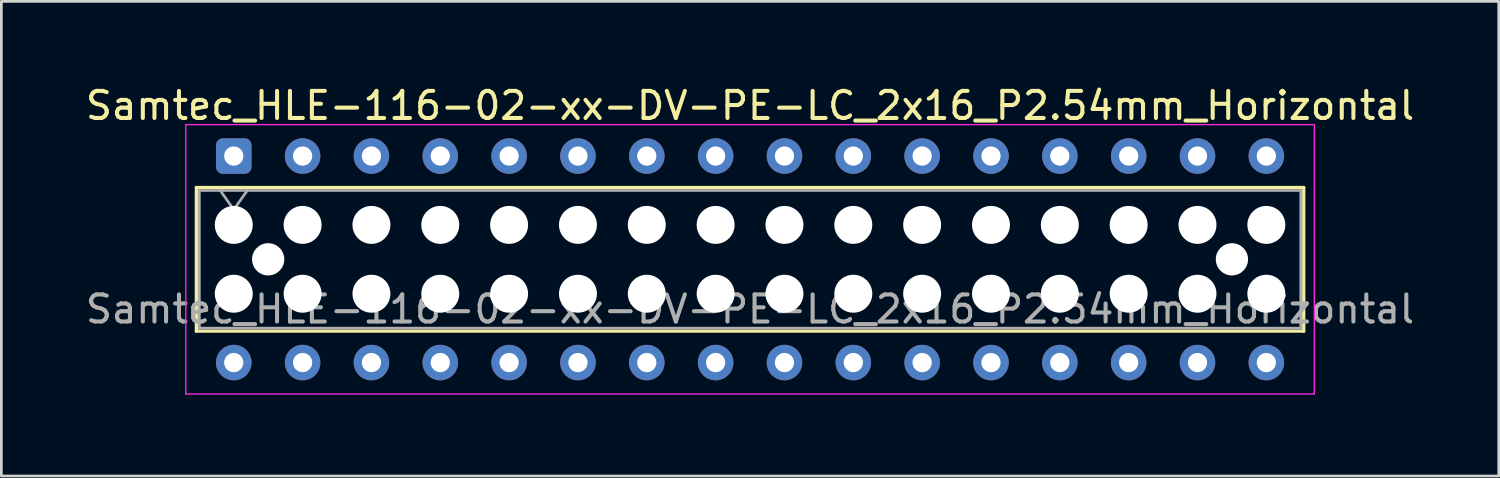
<source format=kicad_pcb>
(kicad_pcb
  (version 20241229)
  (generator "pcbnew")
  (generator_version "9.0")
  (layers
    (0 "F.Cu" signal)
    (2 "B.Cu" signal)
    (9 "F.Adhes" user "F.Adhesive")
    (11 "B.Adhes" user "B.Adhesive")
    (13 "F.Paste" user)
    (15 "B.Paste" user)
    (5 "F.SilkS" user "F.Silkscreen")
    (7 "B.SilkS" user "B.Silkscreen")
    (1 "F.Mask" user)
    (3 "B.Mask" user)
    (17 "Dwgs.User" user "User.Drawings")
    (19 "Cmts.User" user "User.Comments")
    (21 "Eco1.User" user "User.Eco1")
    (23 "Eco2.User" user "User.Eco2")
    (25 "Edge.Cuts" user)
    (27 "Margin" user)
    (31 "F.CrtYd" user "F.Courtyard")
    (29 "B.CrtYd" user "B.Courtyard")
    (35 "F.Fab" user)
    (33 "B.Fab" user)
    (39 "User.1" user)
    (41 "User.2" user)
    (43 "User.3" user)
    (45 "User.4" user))
  (footprint "Samtec_HLE-116-02-xx-DV-PE-LC_2x16_P2.54mm_Horizontal"
    (layer "F.Cu")
    (at 5.575 2.708)
    (property "Reference" "Samtec_HLE-116-02-xx-DV-PE-LC_2x16_P2.54mm_Horizontal" (at 19.05 -1.86 0) (layer "F.SilkS") (effects (font (size 1 1) (thickness 0.15))))
    (attr through_hole)
    (fp_line (start -1.38 1.16) (end 39.48 1.16) (stroke (width 0.12) (type solid)) (layer "F.SilkS"))
    (fp_line (start -1.38 6.46) (end -1.38 1.16) (stroke (width 0.12) (type solid)) (layer "F.SilkS"))
    (fp_line (start 39.48 1.16) (end 39.48 6.46) (stroke (width 0.12) (type solid)) (layer "F.SilkS"))
    (fp_line (start 39.48 6.46) (end -1.38 6.46) (stroke (width 0.12) (type solid)) (layer "F.SilkS"))
    (fp_line (start -1.77 -1.16) (end 39.87 -1.16) (stroke (width 0.05) (type solid)) (layer "F.CrtYd"))
    (fp_line (start -1.77 8.78) (end -1.77 -1.16) (stroke (width 0.05) (type solid)) (layer "F.CrtYd"))
    (fp_line (start 39.87 -1.16) (end 39.87 8.78) (stroke (width 0.05) (type solid)) (layer "F.CrtYd"))
    (fp_line (start 39.87 8.78) (end -1.77 8.78) (stroke (width 0.05) (type solid)) (layer "F.CrtYd"))
    (fp_line (start -1.27 1.27) (end 39.37 1.27) (stroke (width 0.1) (type solid)) (layer "F.Fab"))
    (fp_line (start -1.27 6.35) (end -1.27 1.27) (stroke (width 0.1) (type solid)) (layer "F.Fab"))
    (fp_line (start -0.5 1.27) (end 0 1.977) (stroke (width 0.1) (type solid)) (layer "F.Fab"))
    (fp_line (start 0 1.977) (end 0.5 1.27) (stroke (width 0.1) (type solid)) (layer "F.Fab"))
    (fp_line (start 39.37 1.27) (end 39.37 6.35) (stroke (width 0.1) (type solid)) (layer "F.Fab"))
    (fp_line (start 39.37 6.35) (end -1.27 6.35) (stroke (width 0.1) (type solid)) (layer "F.Fab"))
    (fp_text user "${REFERENCE}" (at 19.05 5.65 0) (layer "F.Fab") (effects (font (size 1 1) (thickness 0.15))))
    (pad "" np_thru_hole circle (at 0 2.54) (size 1.4 1.4) (drill 1.4) (layers "*.Cu" "*.Mask"))
    (pad "" np_thru_hole circle (at 0 5.08) (size 1.4 1.4) (drill 1.4) (layers "*.Cu" "*.Mask"))
    (pad "" np_thru_hole circle (at 1.27 3.81) (size 1.19 1.19) (drill 1.19) (layers "*.Cu" "*.Mask"))
    (pad "" np_thru_hole circle (at 2.54 2.54) (size 1.4 1.4) (drill 1.4) (layers "*.Cu" "*.Mask"))
    (pad "" np_thru_hole circle (at 2.54 5.08) (size 1.4 1.4) (drill 1.4) (layers "*.Cu" "*.Mask"))
    (pad "" np_thru_hole circle (at 5.08 2.54) (size 1.4 1.4) (drill 1.4) (layers "*.Cu" "*.Mask"))
    (pad "" np_thru_hole circle (at 5.08 5.08) (size 1.4 1.4) (drill 1.4) (layers "*.Cu" "*.Mask"))
    (pad "" np_thru_hole circle (at 7.62 2.54) (size 1.4 1.4) (drill 1.4) (layers "*.Cu" "*.Mask"))
    (pad "" np_thru_hole circle (at 7.62 5.08) (size 1.4 1.4) (drill 1.4) (layers "*.Cu" "*.Mask"))
    (pad "" np_thru_hole circle (at 10.16 2.54) (size 1.4 1.4) (drill 1.4) (layers "*.Cu" "*.Mask"))
    (pad "" np_thru_hole circle (at 10.16 5.08) (size 1.4 1.4) (drill 1.4) (layers "*.Cu" "*.Mask"))
    (pad "" np_thru_hole circle (at 12.7 2.54) (size 1.4 1.4) (drill 1.4) (layers "*.Cu" "*.Mask"))
    (pad "" np_thru_hole circle (at 12.7 5.08) (size 1.4 1.4) (drill 1.4) (layers "*.Cu" "*.Mask"))
    (pad "" np_thru_hole circle (at 15.24 2.54) (size 1.4 1.4) (drill 1.4) (layers "*.Cu" "*.Mask"))
    (pad "" np_thru_hole circle (at 15.24 5.08) (size 1.4 1.4) (drill 1.4) (layers "*.Cu" "*.Mask"))
    (pad "" np_thru_hole circle (at 17.78 2.54) (size 1.4 1.4) (drill 1.4) (layers "*.Cu" "*.Mask"))
    (pad "" np_thru_hole circle (at 17.78 5.08) (size 1.4 1.4) (drill 1.4) (layers "*.Cu" "*.Mask"))
    (pad "" np_thru_hole circle (at 20.32 2.54) (size 1.4 1.4) (drill 1.4) (layers "*.Cu" "*.Mask"))
    (pad "" np_thru_hole circle (at 20.32 5.08) (size 1.4 1.4) (drill 1.4) (layers "*.Cu" "*.Mask"))
    (pad "" np_thru_hole circle (at 22.86 2.54) (size 1.4 1.4) (drill 1.4) (layers "*.Cu" "*.Mask"))
    (pad "" np_thru_hole circle (at 22.86 5.08) (size 1.4 1.4) (drill 1.4) (layers "*.Cu" "*.Mask"))
    (pad "" np_thru_hole circle (at 25.4 2.54) (size 1.4 1.4) (drill 1.4) (layers "*.Cu" "*.Mask"))
    (pad "" np_thru_hole circle (at 25.4 5.08) (size 1.4 1.4) (drill 1.4) (layers "*.Cu" "*.Mask"))
    (pad "" np_thru_hole circle (at 27.94 2.54) (size 1.4 1.4) (drill 1.4) (layers "*.Cu" "*.Mask"))
    (pad "" np_thru_hole circle (at 27.94 5.08) (size 1.4 1.4) (drill 1.4) (layers "*.Cu" "*.Mask"))
    (pad "" np_thru_hole circle (at 30.48 2.54) (size 1.4 1.4) (drill 1.4) (layers "*.Cu" "*.Mask"))
    (pad "" np_thru_hole circle (at 30.48 5.08) (size 1.4 1.4) (drill 1.4) (layers "*.Cu" "*.Mask"))
    (pad "" np_thru_hole circle (at 33.02 2.54) (size 1.4 1.4) (drill 1.4) (layers "*.Cu" "*.Mask"))
    (pad "" np_thru_hole circle (at 33.02 5.08) (size 1.4 1.4) (drill 1.4) (layers "*.Cu" "*.Mask"))
    (pad "" np_thru_hole circle (at 35.56 2.54) (size 1.4 1.4) (drill 1.4) (layers "*.Cu" "*.Mask"))
    (pad "" np_thru_hole circle (at 35.56 5.08) (size 1.4 1.4) (drill 1.4) (layers "*.Cu" "*.Mask"))
    (pad "" np_thru_hole circle (at 36.83 3.81) (size 1.19 1.19) (drill 1.19) (layers "*.Cu" "*.Mask"))
    (pad "" np_thru_hole circle (at 38.1 2.54) (size 1.4 1.4) (drill 1.4) (layers "*.Cu" "*.Mask"))
    (pad "" np_thru_hole circle (at 38.1 5.08) (size 1.4 1.4) (drill 1.4) (layers "*.Cu" "*.Mask"))
    (pad "1" thru_hole roundrect (at 0 0) (size 1.31 1.31) (drill 0.71) (layers "*.Cu" "*.Mask") (roundrect_rratio 0.191))
    (pad "2" thru_hole circle (at 0 7.62) (size 1.31 1.31) (drill 0.71) (layers "*.Cu" "*.Mask"))
    (pad "3" thru_hole circle (at 2.54 0) (size 1.31 1.31) (drill 0.71) (layers "*.Cu" "*.Mask"))
    (pad "4" thru_hole circle (at 2.54 7.62) (size 1.31 1.31) (drill 0.71) (layers "*.Cu" "*.Mask"))
    (pad "5" thru_hole circle (at 5.08 0) (size 1.31 1.31) (drill 0.71) (layers "*.Cu" "*.Mask"))
    (pad "6" thru_hole circle (at 5.08 7.62) (size 1.31 1.31) (drill 0.71) (layers "*.Cu" "*.Mask"))
    (pad "7" thru_hole circle (at 7.62 0) (size 1.31 1.31) (drill 0.71) (layers "*.Cu" "*.Mask"))
    (pad "8" thru_hole circle (at 7.62 7.62) (size 1.31 1.31) (drill 0.71) (layers "*.Cu" "*.Mask"))
    (pad "9" thru_hole circle (at 10.16 0) (size 1.31 1.31) (drill 0.71) (layers "*.Cu" "*.Mask"))
    (pad "10" thru_hole circle (at 10.16 7.62) (size 1.31 1.31) (drill 0.71) (layers "*.Cu" "*.Mask"))
    (pad "11" thru_hole circle (at 12.7 0) (size 1.31 1.31) (drill 0.71) (layers "*.Cu" "*.Mask"))
    (pad "12" thru_hole circle (at 12.7 7.62) (size 1.31 1.31) (drill 0.71) (layers "*.Cu" "*.Mask"))
    (pad "13" thru_hole circle (at 15.24 0) (size 1.31 1.31) (drill 0.71) (layers "*.Cu" "*.Mask"))
    (pad "14" thru_hole circle (at 15.24 7.62) (size 1.31 1.31) (drill 0.71) (layers "*.Cu" "*.Mask"))
    (pad "15" thru_hole circle (at 17.78 0) (size 1.31 1.31) (drill 0.71) (layers "*.Cu" "*.Mask"))
    (pad "16" thru_hole circle (at 17.78 7.62) (size 1.31 1.31) (drill 0.71) (layers "*.Cu" "*.Mask"))
    (pad "17" thru_hole circle (at 20.32 0) (size 1.31 1.31) (drill 0.71) (layers "*.Cu" "*.Mask"))
    (pad "18" thru_hole circle (at 20.32 7.62) (size 1.31 1.31) (drill 0.71) (layers "*.Cu" "*.Mask"))
    (pad "19" thru_hole circle (at 22.86 0) (size 1.31 1.31) (drill 0.71) (layers "*.Cu" "*.Mask"))
    (pad "20" thru_hole circle (at 22.86 7.62) (size 1.31 1.31) (drill 0.71) (layers "*.Cu" "*.Mask"))
    (pad "21" thru_hole circle (at 25.4 0) (size 1.31 1.31) (drill 0.71) (layers "*.Cu" "*.Mask"))
    (pad "22" thru_hole circle (at 25.4 7.62) (size 1.31 1.31) (drill 0.71) (layers "*.Cu" "*.Mask"))
    (pad "23" thru_hole circle (at 27.94 0) (size 1.31 1.31) (drill 0.71) (layers "*.Cu" "*.Mask"))
    (pad "24" thru_hole circle (at 27.94 7.62) (size 1.31 1.31) (drill 0.71) (layers "*.Cu" "*.Mask"))
    (pad "25" thru_hole circle (at 30.48 0) (size 1.31 1.31) (drill 0.71) (layers "*.Cu" "*.Mask"))
    (pad "26" thru_hole circle (at 30.48 7.62) (size 1.31 1.31) (drill 0.71) (layers "*.Cu" "*.Mask"))
    (pad "27" thru_hole circle (at 33.02 0) (size 1.31 1.31) (drill 0.71) (layers "*.Cu" "*.Mask"))
    (pad "28" thru_hole circle (at 33.02 7.62) (size 1.31 1.31) (drill 0.71) (layers "*.Cu" "*.Mask"))
    (pad "29" thru_hole circle (at 35.56 0) (size 1.31 1.31) (drill 0.71) (layers "*.Cu" "*.Mask"))
    (pad "30" thru_hole circle (at 35.56 7.62) (size 1.31 1.31) (drill 0.71) (layers "*.Cu" "*.Mask"))
    (pad "31" thru_hole circle (at 38.1 0) (size 1.31 1.31) (drill 0.71) (layers "*.Cu" "*.Mask"))
    (pad "32" thru_hole circle (at 38.1 7.62) (size 1.31 1.31) (drill 0.71) (layers "*.Cu" "*.Mask")))
  (gr_rect
    (start -3 -3)
    (end 52.25 14.513)
    (stroke (width 0.1) (type default))
    (fill no)
    (layer "Edge.Cuts")))
</source>
